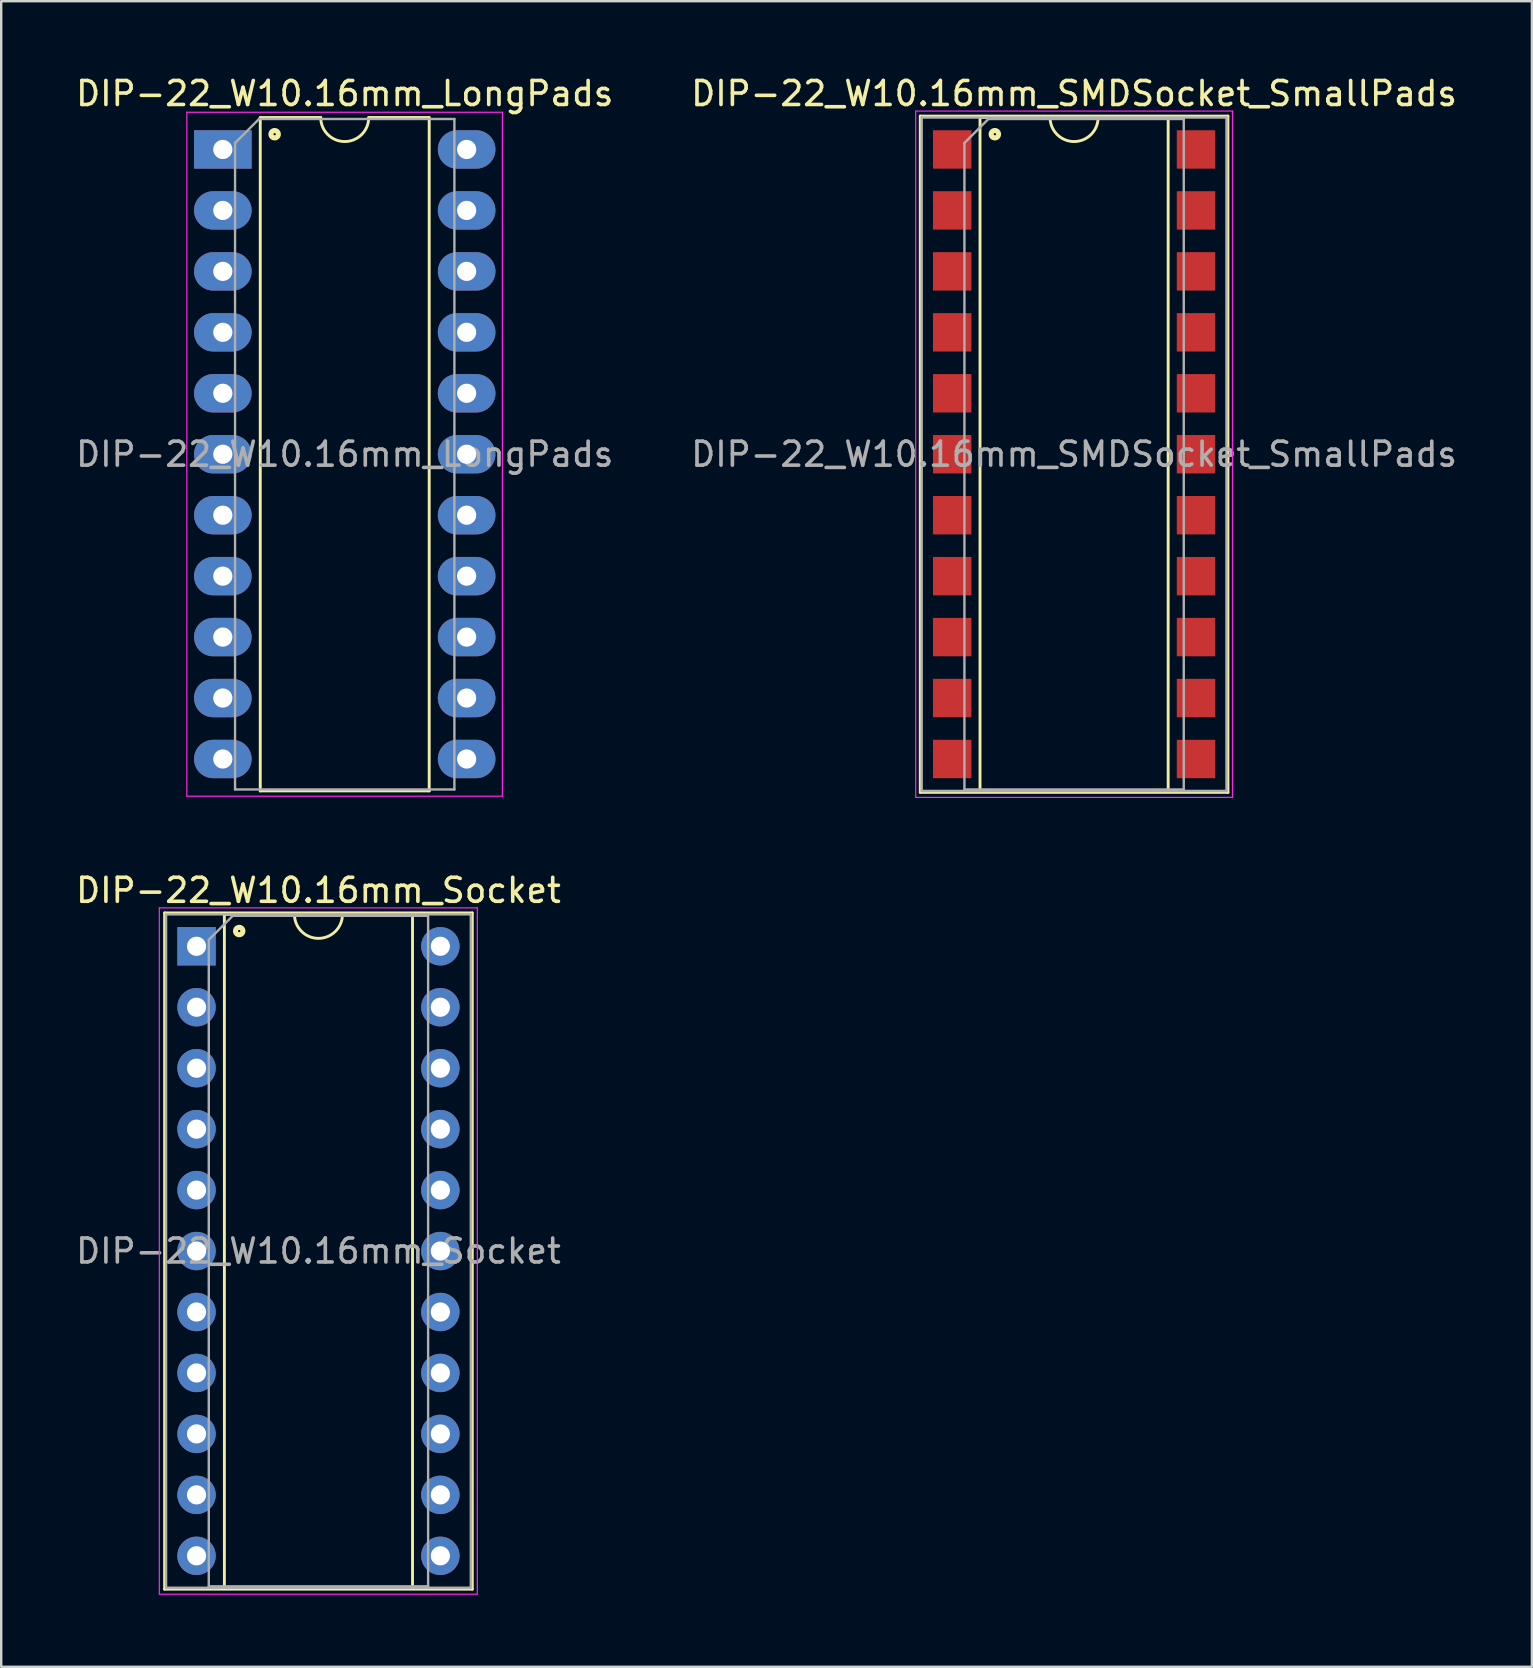
<source format=kicad_pcb>
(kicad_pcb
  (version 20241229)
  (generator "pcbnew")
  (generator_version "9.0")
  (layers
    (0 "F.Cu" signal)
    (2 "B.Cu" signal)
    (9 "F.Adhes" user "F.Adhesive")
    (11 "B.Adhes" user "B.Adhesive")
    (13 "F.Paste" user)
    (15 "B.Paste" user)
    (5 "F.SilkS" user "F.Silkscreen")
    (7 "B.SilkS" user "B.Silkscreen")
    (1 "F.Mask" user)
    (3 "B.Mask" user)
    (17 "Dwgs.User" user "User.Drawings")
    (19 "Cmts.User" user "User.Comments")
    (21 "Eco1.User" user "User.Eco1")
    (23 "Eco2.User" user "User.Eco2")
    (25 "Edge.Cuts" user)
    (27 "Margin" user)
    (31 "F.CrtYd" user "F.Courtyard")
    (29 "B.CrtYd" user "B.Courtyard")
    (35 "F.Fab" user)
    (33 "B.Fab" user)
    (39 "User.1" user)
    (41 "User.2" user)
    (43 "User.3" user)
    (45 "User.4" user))
  (footprint "DIP-22_W10.16mm_Socket"
    (layer "F.Cu")
    (at 5.14 36.382)
    (property "Reference" "DIP-22_W10.16mm_Socket" (at 5.08 -2.33 0) (layer "F.SilkS") (effects (font (size 1 1) (thickness 0.15))))
    (attr through_hole)
    (fp_line (start -1.33 -1.39) (end -1.33 26.79) (stroke (width 0.12) (type solid)) (layer "F.SilkS"))
    (fp_line (start -1.33 26.79) (end 11.49 26.79) (stroke (width 0.12) (type solid)) (layer "F.SilkS"))
    (fp_line (start 1.16 -1.33) (end 1.16 26.73) (stroke (width 0.12) (type solid)) (layer "F.SilkS"))
    (fp_line (start 1.16 26.73) (end 9 26.73) (stroke (width 0.12) (type solid)) (layer "F.SilkS"))
    (fp_line (start 4.08 -1.33) (end 1.16 -1.33) (stroke (width 0.12) (type solid)) (layer "F.SilkS"))
    (fp_line (start 9 -1.33) (end 6.08 -1.33) (stroke (width 0.12) (type solid)) (layer "F.SilkS"))
    (fp_line (start 9 26.73) (end 9 -1.33) (stroke (width 0.12) (type solid)) (layer "F.SilkS"))
    (fp_line (start 11.49 -1.39) (end -1.33 -1.39) (stroke (width 0.12) (type solid)) (layer "F.SilkS"))
    (fp_line (start 11.49 26.79) (end 11.49 -1.39) (stroke (width 0.12) (type solid)) (layer "F.SilkS"))
    (fp_arc (start 6.08 -1.33) (mid 5.08 -0.33) (end 4.08 -1.33) (stroke (width 0.12) (type solid)) (layer "F.SilkS"))
    (fp_circle (center 1.778 -0.635) (end 1.828 -0.635) (stroke (width 0.12) (type solid)) (fill no) (layer "F.SilkS"))
    (fp_circle (center 1.778 -0.635) (end 1.903 -0.635) (stroke (width 0.12) (type solid)) (fill no) (layer "F.SilkS"))
    (fp_circle (center 1.778 -0.635) (end 1.978 -0.635) (stroke (width 0.12) (type solid)) (fill no) (layer "F.SilkS"))
    (fp_line (start -1.55 -1.6) (end -1.55 27) (stroke (width 0.05) (type solid)) (layer "F.CrtYd"))
    (fp_line (start -1.55 27) (end 11.7 27) (stroke (width 0.05) (type solid)) (layer "F.CrtYd"))
    (fp_line (start 11.7 -1.6) (end -1.55 -1.6) (stroke (width 0.05) (type solid)) (layer "F.CrtYd"))
    (fp_line (start 11.7 27) (end 11.7 -1.6) (stroke (width 0.05) (type solid)) (layer "F.CrtYd"))
    (fp_line (start -1.27 -1.33) (end -1.27 26.73) (stroke (width 0.1) (type solid)) (layer "F.Fab"))
    (fp_line (start -1.27 26.73) (end 11.43 26.73) (stroke (width 0.1) (type solid)) (layer "F.Fab"))
    (fp_line (start 0.51 -0.27) (end 1.51 -1.27) (stroke (width 0.1) (type solid)) (layer "F.Fab"))
    (fp_line (start 0.51 26.67) (end 0.51 -0.27) (stroke (width 0.1) (type solid)) (layer "F.Fab"))
    (fp_line (start 1.51 -1.27) (end 9.65 -1.27) (stroke (width 0.1) (type solid)) (layer "F.Fab"))
    (fp_line (start 9.65 -1.27) (end 9.65 26.67) (stroke (width 0.1) (type solid)) (layer "F.Fab"))
    (fp_line (start 9.65 26.67) (end 0.51 26.67) (stroke (width 0.1) (type solid)) (layer "F.Fab"))
    (fp_line (start 11.43 -1.33) (end -1.27 -1.33) (stroke (width 0.1) (type solid)) (layer "F.Fab"))
    (fp_line (start 11.43 26.73) (end 11.43 -1.33) (stroke (width 0.1) (type solid)) (layer "F.Fab"))
    (fp_text user "${REFERENCE}" (at 5.08 12.7 0) (layer "F.Fab") (effects (font (size 1 1) (thickness 0.15))))
    (pad "1" thru_hole rect (at 0 0) (size 1.6 1.6) (drill 0.8) (layers "*.Cu" "*.Mask"))
    (pad "2" thru_hole oval (at 0 2.54) (size 1.6 1.6) (drill 0.8) (layers "*.Cu" "*.Mask"))
    (pad "3" thru_hole oval (at 0 5.08) (size 1.6 1.6) (drill 0.8) (layers "*.Cu" "*.Mask"))
    (pad "4" thru_hole oval (at 0 7.62) (size 1.6 1.6) (drill 0.8) (layers "*.Cu" "*.Mask"))
    (pad "5" thru_hole oval (at 0 10.16) (size 1.6 1.6) (drill 0.8) (layers "*.Cu" "*.Mask"))
    (pad "6" thru_hole oval (at 0 12.7) (size 1.6 1.6) (drill 0.8) (layers "*.Cu" "*.Mask"))
    (pad "7" thru_hole oval (at 0 15.24) (size 1.6 1.6) (drill 0.8) (layers "*.Cu" "*.Mask"))
    (pad "8" thru_hole oval (at 0 17.78) (size 1.6 1.6) (drill 0.8) (layers "*.Cu" "*.Mask"))
    (pad "9" thru_hole oval (at 0 20.32) (size 1.6 1.6) (drill 0.8) (layers "*.Cu" "*.Mask"))
    (pad "10" thru_hole oval (at 0 22.86) (size 1.6 1.6) (drill 0.8) (layers "*.Cu" "*.Mask"))
    (pad "11" thru_hole oval (at 0 25.4) (size 1.6 1.6) (drill 0.8) (layers "*.Cu" "*.Mask"))
    (pad "12" thru_hole oval (at 10.16 25.4) (size 1.6 1.6) (drill 0.8) (layers "*.Cu" "*.Mask"))
    (pad "13" thru_hole oval (at 10.16 22.86) (size 1.6 1.6) (drill 0.8) (layers "*.Cu" "*.Mask"))
    (pad "14" thru_hole oval (at 10.16 20.32) (size 1.6 1.6) (drill 0.8) (layers "*.Cu" "*.Mask"))
    (pad "15" thru_hole oval (at 10.16 17.78) (size 1.6 1.6) (drill 0.8) (layers "*.Cu" "*.Mask"))
    (pad "16" thru_hole oval (at 10.16 15.24) (size 1.6 1.6) (drill 0.8) (layers "*.Cu" "*.Mask"))
    (pad "17" thru_hole oval (at 10.16 12.7) (size 1.6 1.6) (drill 0.8) (layers "*.Cu" "*.Mask"))
    (pad "18" thru_hole oval (at 10.16 10.16) (size 1.6 1.6) (drill 0.8) (layers "*.Cu" "*.Mask"))
    (pad "19" thru_hole oval (at 10.16 7.62) (size 1.6 1.6) (drill 0.8) (layers "*.Cu" "*.Mask"))
    (pad "20" thru_hole oval (at 10.16 5.08) (size 1.6 1.6) (drill 0.8) (layers "*.Cu" "*.Mask"))
    (pad "21" thru_hole oval (at 10.16 2.54) (size 1.6 1.6) (drill 0.8) (layers "*.Cu" "*.Mask"))
    (pad "22" thru_hole oval (at 10.16 0) (size 1.6 1.6) (drill 0.8) (layers "*.Cu" "*.Mask")))
  (footprint "DIP-22_W10.16mm_LongPads"
    (layer "F.Cu")
    (at 6.235 3.178)
    (property "Reference" "DIP-22_W10.16mm_LongPads" (at 5.08 -2.33 0) (layer "F.SilkS") (effects (font (size 1 1) (thickness 0.15))))
    (attr through_hole)
    (fp_line (start 1.56 -1.33) (end 1.56 26.73) (stroke (width 0.12) (type solid)) (layer "F.SilkS"))
    (fp_line (start 1.56 26.73) (end 8.6 26.73) (stroke (width 0.12) (type solid)) (layer "F.SilkS"))
    (fp_line (start 4.08 -1.33) (end 1.56 -1.33) (stroke (width 0.12) (type solid)) (layer "F.SilkS"))
    (fp_line (start 8.6 -1.33) (end 6.08 -1.33) (stroke (width 0.12) (type solid)) (layer "F.SilkS"))
    (fp_line (start 8.6 26.73) (end 8.6 -1.33) (stroke (width 0.12) (type solid)) (layer "F.SilkS"))
    (fp_arc (start 6.08 -1.33) (mid 5.08 -0.33) (end 4.08 -1.33) (stroke (width 0.12) (type solid)) (layer "F.SilkS"))
    (fp_circle (center 2.159 -0.635) (end 2.209 -0.635) (stroke (width 0.12) (type solid)) (fill no) (layer "F.SilkS"))
    (fp_circle (center 2.159 -0.635) (end 2.284 -0.635) (stroke (width 0.12) (type solid)) (fill no) (layer "F.SilkS"))
    (fp_circle (center 2.159 -0.635) (end 2.359 -0.635) (stroke (width 0.12) (type solid)) (fill no) (layer "F.SilkS"))
    (fp_line (start -1.5 -1.55) (end -1.5 26.95) (stroke (width 0.05) (type solid)) (layer "F.CrtYd"))
    (fp_line (start -1.5 26.95) (end 11.65 26.95) (stroke (width 0.05) (type solid)) (layer "F.CrtYd"))
    (fp_line (start 11.65 -1.55) (end -1.5 -1.55) (stroke (width 0.05) (type solid)) (layer "F.CrtYd"))
    (fp_line (start 11.65 26.95) (end 11.65 -1.55) (stroke (width 0.05) (type solid)) (layer "F.CrtYd"))
    (fp_line (start 0.51 -0.27) (end 1.51 -1.27) (stroke (width 0.1) (type solid)) (layer "F.Fab"))
    (fp_line (start 0.51 26.67) (end 0.51 -0.27) (stroke (width 0.1) (type solid)) (layer "F.Fab"))
    (fp_line (start 1.51 -1.27) (end 9.65 -1.27) (stroke (width 0.1) (type solid)) (layer "F.Fab"))
    (fp_line (start 9.65 -1.27) (end 9.65 26.67) (stroke (width 0.1) (type solid)) (layer "F.Fab"))
    (fp_line (start 9.65 26.67) (end 0.51 26.67) (stroke (width 0.1) (type solid)) (layer "F.Fab"))
    (fp_text user "${REFERENCE}" (at 5.08 12.7 0) (layer "F.Fab") (effects (font (size 1 1) (thickness 0.15))))
    (pad "1" thru_hole rect (at 0 0) (size 2.4 1.6) (drill 0.8) (layers "*.Cu" "*.Mask"))
    (pad "2" thru_hole oval (at 0 2.54) (size 2.4 1.6) (drill 0.8) (layers "*.Cu" "*.Mask"))
    (pad "3" thru_hole oval (at 0 5.08) (size 2.4 1.6) (drill 0.8) (layers "*.Cu" "*.Mask"))
    (pad "4" thru_hole oval (at 0 7.62) (size 2.4 1.6) (drill 0.8) (layers "*.Cu" "*.Mask"))
    (pad "5" thru_hole oval (at 0 10.16) (size 2.4 1.6) (drill 0.8) (layers "*.Cu" "*.Mask"))
    (pad "6" thru_hole oval (at 0 12.7) (size 2.4 1.6) (drill 0.8) (layers "*.Cu" "*.Mask"))
    (pad "7" thru_hole oval (at 0 15.24) (size 2.4 1.6) (drill 0.8) (layers "*.Cu" "*.Mask"))
    (pad "8" thru_hole oval (at 0 17.78) (size 2.4 1.6) (drill 0.8) (layers "*.Cu" "*.Mask"))
    (pad "9" thru_hole oval (at 0 20.32) (size 2.4 1.6) (drill 0.8) (layers "*.Cu" "*.Mask"))
    (pad "10" thru_hole oval (at 0 22.86) (size 2.4 1.6) (drill 0.8) (layers "*.Cu" "*.Mask"))
    (pad "11" thru_hole oval (at 0 25.4) (size 2.4 1.6) (drill 0.8) (layers "*.Cu" "*.Mask"))
    (pad "12" thru_hole oval (at 10.16 25.4) (size 2.4 1.6) (drill 0.8) (layers "*.Cu" "*.Mask"))
    (pad "13" thru_hole oval (at 10.16 22.86) (size 2.4 1.6) (drill 0.8) (layers "*.Cu" "*.Mask"))
    (pad "14" thru_hole oval (at 10.16 20.32) (size 2.4 1.6) (drill 0.8) (layers "*.Cu" "*.Mask"))
    (pad "15" thru_hole oval (at 10.16 17.78) (size 2.4 1.6) (drill 0.8) (layers "*.Cu" "*.Mask"))
    (pad "16" thru_hole oval (at 10.16 15.24) (size 2.4 1.6) (drill 0.8) (layers "*.Cu" "*.Mask"))
    (pad "17" thru_hole oval (at 10.16 12.7) (size 2.4 1.6) (drill 0.8) (layers "*.Cu" "*.Mask"))
    (pad "18" thru_hole oval (at 10.16 10.16) (size 2.4 1.6) (drill 0.8) (layers "*.Cu" "*.Mask"))
    (pad "19" thru_hole oval (at 10.16 7.62) (size 2.4 1.6) (drill 0.8) (layers "*.Cu" "*.Mask"))
    (pad "20" thru_hole oval (at 10.16 5.08) (size 2.4 1.6) (drill 0.8) (layers "*.Cu" "*.Mask"))
    (pad "21" thru_hole oval (at 10.16 2.54) (size 2.4 1.6) (drill 0.8) (layers "*.Cu" "*.Mask"))
    (pad "22" thru_hole oval (at 10.16 0) (size 2.4 1.6) (drill 0.8) (layers "*.Cu" "*.Mask")))
  (footprint "DIP-22_W10.16mm_SMDSocket_SmallPads"
    (layer "F.Cu")
    (at 41.708 15.878)
    (property "Reference" "DIP-22_W10.16mm_SMDSocket_SmallPads" (at 0 -15.03 0) (layer "F.SilkS") (effects (font (size 1 1) (thickness 0.15))))
    (attr smd)
    (fp_line (start -6.41 -14.09) (end -6.41 14.09) (stroke (width 0.12) (type solid)) (layer "F.SilkS"))
    (fp_line (start -6.41 14.09) (end 6.41 14.09) (stroke (width 0.12) (type solid)) (layer "F.SilkS"))
    (fp_line (start -3.92 -14.03) (end -3.92 14.03) (stroke (width 0.12) (type solid)) (layer "F.SilkS"))
    (fp_line (start -3.92 14.03) (end 3.92 14.03) (stroke (width 0.12) (type solid)) (layer "F.SilkS"))
    (fp_line (start -1 -14.03) (end -3.92 -14.03) (stroke (width 0.12) (type solid)) (layer "F.SilkS"))
    (fp_line (start 3.92 -14.03) (end 1 -14.03) (stroke (width 0.12) (type solid)) (layer "F.SilkS"))
    (fp_line (start 3.92 14.03) (end 3.92 -14.03) (stroke (width 0.12) (type solid)) (layer "F.SilkS"))
    (fp_line (start 6.41 -14.09) (end -6.41 -14.09) (stroke (width 0.12) (type solid)) (layer "F.SilkS"))
    (fp_line (start 6.41 14.09) (end 6.41 -14.09) (stroke (width 0.12) (type solid)) (layer "F.SilkS"))
    (fp_arc (start 1 -14.03) (mid 0 -13.03) (end -1 -14.03) (stroke (width 0.12) (type solid)) (layer "F.SilkS"))
    (fp_circle (center -3.302 -13.335) (end -3.252 -13.335) (stroke (width 0.12) (type solid)) (fill no) (layer "F.SilkS"))
    (fp_circle (center -3.302 -13.335) (end -3.177 -13.335) (stroke (width 0.12) (type solid)) (fill no) (layer "F.SilkS"))
    (fp_circle (center -3.302 -13.335) (end -3.102 -13.335) (stroke (width 0.12) (type solid)) (fill no) (layer "F.SilkS"))
    (fp_line (start -6.6 -14.3) (end -6.6 14.3) (stroke (width 0.05) (type solid)) (layer "F.CrtYd"))
    (fp_line (start -6.6 14.3) (end 6.6 14.3) (stroke (width 0.05) (type solid)) (layer "F.CrtYd"))
    (fp_line (start 6.6 -14.3) (end -6.6 -14.3) (stroke (width 0.05) (type solid)) (layer "F.CrtYd"))
    (fp_line (start 6.6 14.3) (end 6.6 -14.3) (stroke (width 0.05) (type solid)) (layer "F.CrtYd"))
    (fp_line (start -6.35 -14.03) (end -6.35 14.03) (stroke (width 0.1) (type solid)) (layer "F.Fab"))
    (fp_line (start -6.35 14.03) (end 6.35 14.03) (stroke (width 0.1) (type solid)) (layer "F.Fab"))
    (fp_line (start -4.57 -12.97) (end -3.57 -13.97) (stroke (width 0.1) (type solid)) (layer "F.Fab"))
    (fp_line (start -4.57 13.97) (end -4.57 -12.97) (stroke (width 0.1) (type solid)) (layer "F.Fab"))
    (fp_line (start -3.57 -13.97) (end 4.57 -13.97) (stroke (width 0.1) (type solid)) (layer "F.Fab"))
    (fp_line (start 4.57 -13.97) (end 4.57 13.97) (stroke (width 0.1) (type solid)) (layer "F.Fab"))
    (fp_line (start 4.57 13.97) (end -4.57 13.97) (stroke (width 0.1) (type solid)) (layer "F.Fab"))
    (fp_line (start 6.35 -14.03) (end -6.35 -14.03) (stroke (width 0.1) (type solid)) (layer "F.Fab"))
    (fp_line (start 6.35 14.03) (end 6.35 -14.03) (stroke (width 0.1) (type solid)) (layer "F.Fab"))
    (fp_text user "${REFERENCE}" (at 0 0 0) (layer "F.Fab") (effects (font (size 1 1) (thickness 0.15))))
    (pad "1" smd rect (at -5.08 -12.7) (size 1.6 1.6) (layers "F.Cu" "F.Mask" "F.Paste"))
    (pad "2" smd rect (at -5.08 -10.16) (size 1.6 1.6) (layers "F.Cu" "F.Mask" "F.Paste"))
    (pad "3" smd rect (at -5.08 -7.62) (size 1.6 1.6) (layers "F.Cu" "F.Mask" "F.Paste"))
    (pad "4" smd rect (at -5.08 -5.08) (size 1.6 1.6) (layers "F.Cu" "F.Mask" "F.Paste"))
    (pad "5" smd rect (at -5.08 -2.54) (size 1.6 1.6) (layers "F.Cu" "F.Mask" "F.Paste"))
    (pad "6" smd rect (at -5.08 0) (size 1.6 1.6) (layers "F.Cu" "F.Mask" "F.Paste"))
    (pad "7" smd rect (at -5.08 2.54) (size 1.6 1.6) (layers "F.Cu" "F.Mask" "F.Paste"))
    (pad "8" smd rect (at -5.08 5.08) (size 1.6 1.6) (layers "F.Cu" "F.Mask" "F.Paste"))
    (pad "9" smd rect (at -5.08 7.62) (size 1.6 1.6) (layers "F.Cu" "F.Mask" "F.Paste"))
    (pad "10" smd rect (at -5.08 10.16) (size 1.6 1.6) (layers "F.Cu" "F.Mask" "F.Paste"))
    (pad "11" smd rect (at -5.08 12.7) (size 1.6 1.6) (layers "F.Cu" "F.Mask" "F.Paste"))
    (pad "12" smd rect (at 5.08 12.7) (size 1.6 1.6) (layers "F.Cu" "F.Mask" "F.Paste"))
    (pad "13" smd rect (at 5.08 10.16) (size 1.6 1.6) (layers "F.Cu" "F.Mask" "F.Paste"))
    (pad "14" smd rect (at 5.08 7.62) (size 1.6 1.6) (layers "F.Cu" "F.Mask" "F.Paste"))
    (pad "15" smd rect (at 5.08 5.08) (size 1.6 1.6) (layers "F.Cu" "F.Mask" "F.Paste"))
    (pad "16" smd rect (at 5.08 2.54) (size 1.6 1.6) (layers "F.Cu" "F.Mask" "F.Paste"))
    (pad "17" smd rect (at 5.08 0) (size 1.6 1.6) (layers "F.Cu" "F.Mask" "F.Paste"))
    (pad "18" smd rect (at 5.08 -2.54) (size 1.6 1.6) (layers "F.Cu" "F.Mask" "F.Paste"))
    (pad "19" smd rect (at 5.08 -5.08) (size 1.6 1.6) (layers "F.Cu" "F.Mask" "F.Paste"))
    (pad "20" smd rect (at 5.08 -7.62) (size 1.6 1.6) (layers "F.Cu" "F.Mask" "F.Paste"))
    (pad "21" smd rect (at 5.08 -10.16) (size 1.6 1.6) (layers "F.Cu" "F.Mask" "F.Paste"))
    (pad "22" smd rect (at 5.08 -12.7) (size 1.6 1.6) (layers "F.Cu" "F.Mask" "F.Paste")))
  (gr_rect
    (start -3 -3)
    (end 60.786 66.406)
    (stroke (width 0.1) (type default))
    (fill no)
    (layer "Edge.Cuts")))
</source>
